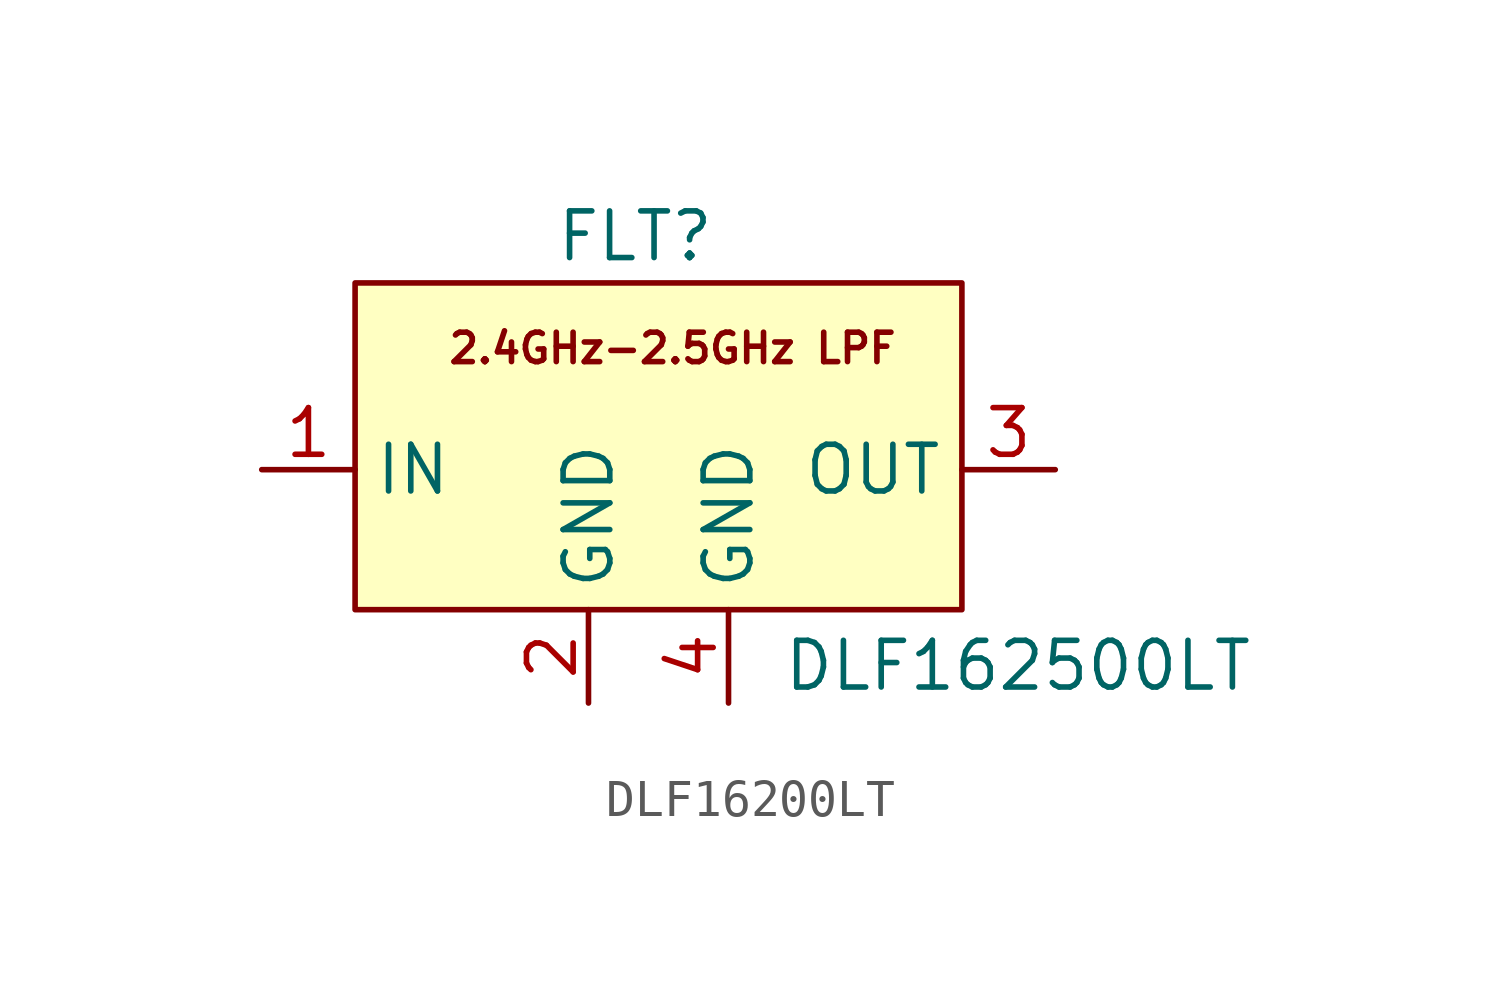
<source format=kicad_sym>
(kicad_symbol_lib
  (version 20231120)
  (generator "kicad_symbol_editor")
  (generator_version "8.0")
  (symbol "DLF16200LT"
    (property "Reference" "FLT"
      (at 0 0 0)
      (effects (font (size 1.27 1.27))))
    (property "Value" "DLF162500LT"
      (at 10.414 -11.684 0)
      (effects (font (size 1.27 1.27))))
    (symbol "DLF16200LT_0_0"
      (pin passive line (at -10.16 -6.35 0) (length 2.54) (name "IN" (effects (font (size 1.27 1.27)))) (number "1" (effects (font (size 1.27 1.27)))))
      (pin passive line (at -1.27 -12.7 90) (length 2.54) (name "GND" (effects (font (size 1.27 1.27)))) (number "2" (effects (font (size 1.27 1.27)))))
      (pin passive line (at 11.43 -6.35 180) (length 2.54) (name "OUT" (effects (font (size 1.27 1.27)))) (number "3" (effects (font (size 1.27 1.27)))))
      (pin passive line (at 2.54 -12.7 90) (length 2.54) (name "GND" (effects (font (size 1.27 1.27)))) (number "4" (effects (font (size 1.27 1.27))))))
    (symbol "DLF16200LT_1_1"
      (rectangle (start -7.62 -1.27) (end 8.89 -10.16) (stroke (width 0) (type default)) (fill (type background)))
      (text "2.4GHz-2.5GHz LPF" (at 1.016 -3.048 0) (effects (font (size 0.8 0.8)))))))
</source>
